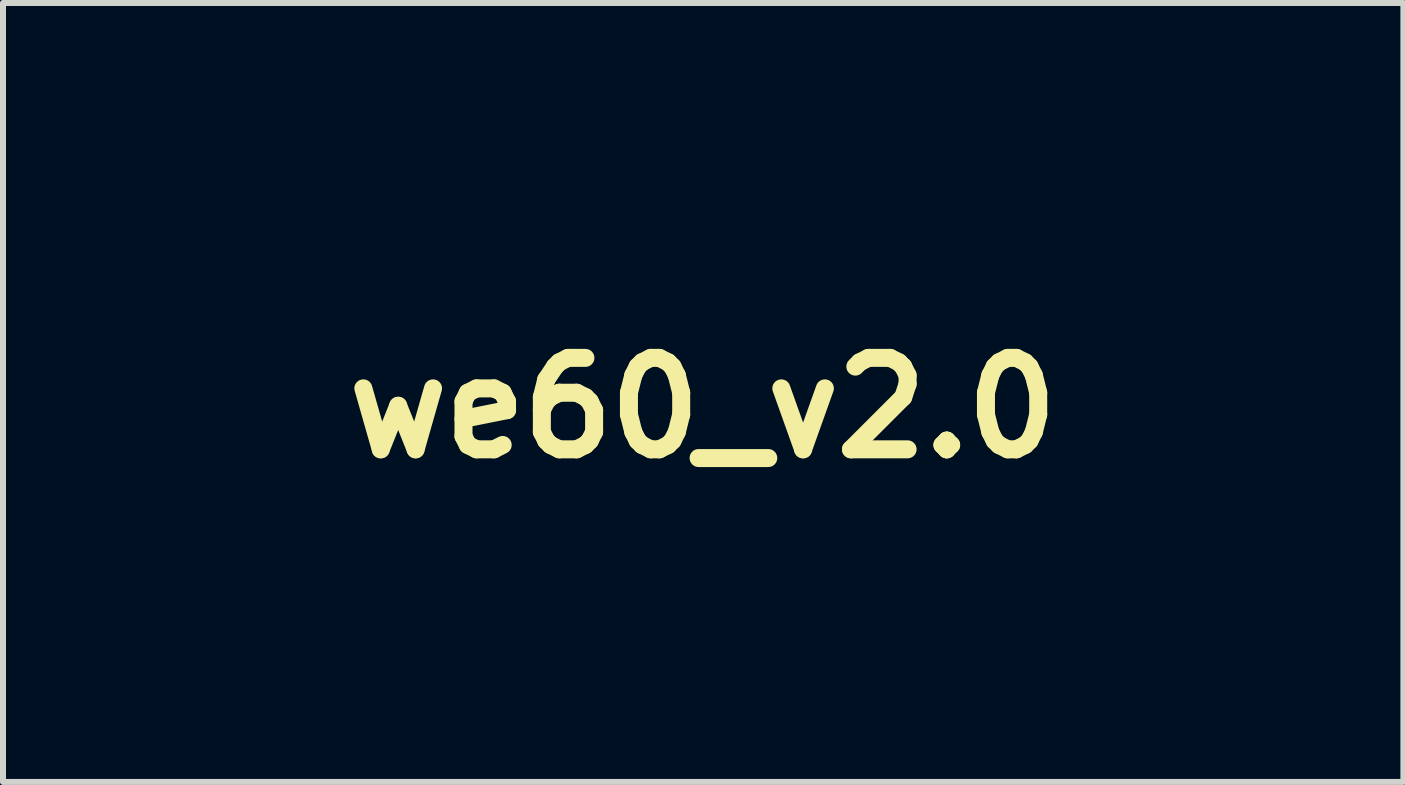
<source format=kicad_pcb>
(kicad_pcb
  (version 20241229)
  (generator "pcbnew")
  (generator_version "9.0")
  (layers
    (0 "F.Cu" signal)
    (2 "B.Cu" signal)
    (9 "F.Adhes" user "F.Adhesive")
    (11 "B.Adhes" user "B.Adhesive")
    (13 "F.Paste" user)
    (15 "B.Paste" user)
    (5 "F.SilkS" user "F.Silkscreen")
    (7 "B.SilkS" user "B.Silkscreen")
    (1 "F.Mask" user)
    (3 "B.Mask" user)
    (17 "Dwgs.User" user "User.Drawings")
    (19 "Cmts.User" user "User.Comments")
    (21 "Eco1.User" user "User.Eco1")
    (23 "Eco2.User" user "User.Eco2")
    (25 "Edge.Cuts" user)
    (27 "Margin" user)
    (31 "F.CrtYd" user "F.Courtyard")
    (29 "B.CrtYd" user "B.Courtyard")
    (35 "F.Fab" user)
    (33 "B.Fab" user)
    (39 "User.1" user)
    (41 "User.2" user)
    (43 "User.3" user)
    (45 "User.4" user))
  (footprint "we60_v2.0"
    (layer "F.Cu")
    (at 8.667 3.75)
    (property "Reference" "we60_v2.0" (at 0 0 0) (layer "F.SilkS") (effects (font (size 1.524 1.524) (thickness 0.3))))
    (attr through_hole)
    (fp_poly (pts (xy -6.382 1.939) (xy -6.327 1.987) (xy -6.301 2.054) (xy -6.306 2.125) (xy -6.349 2.19) (xy -6.359 2.199) (xy -6.433 2.24) (xy -6.5 2.238) (xy -6.568 2.19) (xy -6.568 2.19) (xy -6.615 2.123) (xy -6.618 2.056) (xy -6.577 1.981) (xy -6.577 1.981) (xy -6.512 1.93) (xy -6.459 1.92) (xy -6.382 1.939)) (stroke (width 0.01) (type solid)) (fill yes) (layer "F.Mask"))
    (fp_poly (pts (xy 2.145 -1.663) (xy 2.18 -1.654) (xy 2.328 -1.589) (xy 2.448 -1.493) (xy 2.538 -1.372) (xy 2.597 -1.234) (xy 2.622 -1.087) (xy 2.613 -0.936) (xy 2.568 -0.789) (xy 2.485 -0.654) (xy 2.412 -0.577) (xy 2.308 -0.496) (xy 2.206 -0.447) (xy 2.087 -0.425) (xy 1.995 -0.421) (xy 1.884 -0.427) (xy 1.795 -0.447) (xy 1.714 -0.482) (xy 1.572 -0.577) (xy 1.466 -0.7) (xy 1.398 -0.848) (xy 1.372 -1.016) (xy 1.372 -1.03) (xy 1.382 -1.183) (xy 1.419 -1.308) (xy 1.488 -1.42) (xy 1.53 -1.469) (xy 1.664 -1.584) (xy 1.813 -1.656) (xy 1.974 -1.682) (xy 2.145 -1.663)) (stroke (width 0.01) (type solid)) (fill yes) (layer "F.Mask"))
    (fp_poly (pts (xy 3.465 1.129) (xy 3.576 1.146) (xy 3.658 1.178) (xy 3.717 1.23) (xy 3.764 1.305) (xy 3.771 1.32) (xy 3.808 1.44) (xy 3.803 1.55) (xy 3.755 1.653) (xy 3.662 1.753) (xy 3.564 1.826) (xy 3.406 1.931) (xy 3.816 1.945) (xy 3.816 2.224) (xy 3.517 2.222) (xy 3.4 2.22) (xy 3.295 2.216) (xy 3.216 2.209) (xy 3.171 2.202) (xy 3.169 2.201) (xy 3.099 2.151) (xy 3.045 2.073) (xy 3.02 1.988) (xy 3.02 1.976) (xy 3.028 1.919) (xy 3.056 1.864) (xy 3.109 1.804) (xy 3.192 1.734) (xy 3.301 1.655) (xy 3.407 1.572) (xy 3.468 1.505) (xy 3.486 1.453) (xy 3.459 1.415) (xy 3.388 1.391) (xy 3.272 1.382) (xy 3.238 1.381) (xy 3.067 1.381) (xy 3.067 1.124) (xy 3.316 1.124) (xy 3.465 1.129)) (stroke (width 0.01) (type solid)) (fill yes) (layer "F.Mask"))
    (fp_poly (pts (xy -7.093 1.129) (xy -6.982 1.146) (xy -6.9 1.178) (xy -6.84 1.23) (xy -6.794 1.305) (xy -6.787 1.32) (xy -6.75 1.44) (xy -6.755 1.55) (xy -6.803 1.653) (xy -6.896 1.753) (xy -6.994 1.826) (xy -7.152 1.931) (xy -6.947 1.938) (xy -6.742 1.945) (xy -6.742 2.224) (xy -7.041 2.222) (xy -7.158 2.22) (xy -7.263 2.216) (xy -7.342 2.209) (xy -7.387 2.202) (xy -7.389 2.201) (xy -7.459 2.151) (xy -7.513 2.073) (xy -7.538 1.988) (xy -7.538 1.976) (xy -7.53 1.919) (xy -7.502 1.864) (xy -7.449 1.804) (xy -7.366 1.734) (xy -7.257 1.655) (xy -7.151 1.572) (xy -7.09 1.505) (xy -7.072 1.453) (xy -7.099 1.415) (xy -7.17 1.391) (xy -7.286 1.382) (xy -7.32 1.381) (xy -7.491 1.381) (xy -7.491 1.124) (xy -7.242 1.124) (xy -7.093 1.129)) (stroke (width 0.01) (type solid)) (fill yes) (layer "F.Mask"))
    (fp_poly (pts (xy 1.475 1.129) (xy 1.586 1.146) (xy 1.668 1.178) (xy 1.728 1.23) (xy 1.774 1.305) (xy 1.781 1.32) (xy 1.818 1.44) (xy 1.813 1.55) (xy 1.765 1.653) (xy 1.672 1.753) (xy 1.574 1.826) (xy 1.416 1.931) (xy 1.621 1.938) (xy 1.826 1.945) (xy 1.826 2.224) (xy 1.528 2.222) (xy 1.41 2.22) (xy 1.306 2.216) (xy 1.226 2.209) (xy 1.181 2.202) (xy 1.18 2.201) (xy 1.109 2.151) (xy 1.055 2.073) (xy 1.03 1.988) (xy 1.03 1.976) (xy 1.038 1.919) (xy 1.066 1.864) (xy 1.119 1.804) (xy 1.202 1.734) (xy 1.311 1.655) (xy 1.417 1.572) (xy 1.479 1.505) (xy 1.496 1.453) (xy 1.469 1.415) (xy 1.398 1.391) (xy 1.282 1.382) (xy 1.248 1.381) (xy 1.077 1.381) (xy 1.077 1.124) (xy 1.326 1.124) (xy 1.475 1.129)) (stroke (width 0.01) (type solid)) (fill yes) (layer "F.Mask"))
    (fp_poly (pts (xy 7.389 1.407) (xy 7.434 1.425) (xy 7.549 1.5) (xy 7.631 1.6) (xy 7.679 1.716) (xy 7.69 1.839) (xy 7.664 1.962) (xy 7.6 2.075) (xy 7.538 2.138) (xy 7.417 2.211) (xy 7.28 2.242) (xy 7.136 2.228) (xy 7.082 2.212) (xy 6.976 2.155) (xy 6.886 2.069) (xy 6.823 1.967) (xy 6.8 1.892) (xy 6.8 1.817) (xy 7.093 1.817) (xy 7.113 1.888) (xy 7.165 1.939) (xy 7.233 1.963) (xy 7.305 1.954) (xy 7.334 1.937) (xy 7.377 1.879) (xy 7.389 1.804) (xy 7.37 1.73) (xy 7.357 1.711) (xy 7.297 1.667) (xy 7.228 1.66) (xy 7.163 1.685) (xy 7.114 1.737) (xy 7.093 1.812) (xy 7.093 1.817) (xy 6.8 1.817) (xy 6.8 1.752) (xy 6.839 1.627) (xy 6.91 1.523) (xy 7.008 1.445) (xy 7.124 1.396) (xy 7.254 1.382) (xy 7.389 1.407)) (stroke (width 0.01) (type solid)) (fill yes) (layer "F.Mask"))
    (fp_poly (pts (xy -7.714 1.405) (xy -7.656 1.408) (xy -7.632 1.411) (xy -7.632 1.411) (xy -7.639 1.439) (xy -7.659 1.501) (xy -7.688 1.589) (xy -7.724 1.694) (xy -7.762 1.805) (xy -7.8 1.915) (xy -7.835 2.013) (xy -7.863 2.09) (xy -7.882 2.138) (xy -7.886 2.147) (xy -7.931 2.192) (xy -8.003 2.227) (xy -8.085 2.246) (xy -8.109 2.246) (xy -8.166 2.235) (xy -8.22 2.212) (xy -8.271 2.174) (xy -8.299 2.137) (xy -8.311 2.102) (xy -8.335 2.035) (xy -8.366 1.944) (xy -8.402 1.839) (xy -8.44 1.729) (xy -8.476 1.622) (xy -8.507 1.529) (xy -8.53 1.457) (xy -8.543 1.417) (xy -8.545 1.411) (xy -8.523 1.408) (xy -8.467 1.406) (xy -8.388 1.405) (xy -8.382 1.405) (xy -8.294 1.407) (xy -8.242 1.414) (xy -8.216 1.43) (xy -8.209 1.446) (xy -8.199 1.485) (xy -8.182 1.558) (xy -8.16 1.653) (xy -8.146 1.716) (xy -8.124 1.811) (xy -8.104 1.885) (xy -8.09 1.928) (xy -8.084 1.935) (xy -8.074 1.909) (xy -8.058 1.847) (xy -8.038 1.762) (xy -8.028 1.717) (xy -8.007 1.618) (xy -7.988 1.531) (xy -7.974 1.471) (xy -7.971 1.457) (xy -7.961 1.43) (xy -7.938 1.414) (xy -7.893 1.407) (xy -7.813 1.405) (xy -7.795 1.405) (xy -7.714 1.405)) (stroke (width 0.01) (type solid)) (fill yes) (layer "F.Mask"))
    (fp_poly (pts (xy 8.556 1.405) (xy 8.614 1.408) (xy 8.638 1.411) (xy 8.638 1.411) (xy 8.631 1.439) (xy 8.611 1.501) (xy 8.582 1.589) (xy 8.546 1.694) (xy 8.508 1.805) (xy 8.47 1.915) (xy 8.435 2.013) (xy 8.407 2.09) (xy 8.388 2.138) (xy 8.384 2.147) (xy 8.339 2.192) (xy 8.267 2.227) (xy 8.185 2.246) (xy 8.161 2.246) (xy 8.104 2.235) (xy 8.05 2.212) (xy 7.999 2.174) (xy 7.971 2.137) (xy 7.959 2.102) (xy 7.935 2.035) (xy 7.904 1.944) (xy 7.868 1.839) (xy 7.83 1.729) (xy 7.794 1.622) (xy 7.763 1.529) (xy 7.74 1.457) (xy 7.727 1.417) (xy 7.725 1.411) (xy 7.747 1.408) (xy 7.803 1.406) (xy 7.882 1.405) (xy 7.888 1.405) (xy 7.976 1.407) (xy 8.028 1.414) (xy 8.054 1.43) (xy 8.061 1.446) (xy 8.071 1.485) (xy 8.088 1.558) (xy 8.11 1.653) (xy 8.124 1.716) (xy 8.146 1.811) (xy 8.166 1.885) (xy 8.18 1.928) (xy 8.186 1.935) (xy 8.196 1.909) (xy 8.212 1.847) (xy 8.232 1.762) (xy 8.242 1.717) (xy 8.263 1.618) (xy 8.282 1.531) (xy 8.296 1.471) (xy 8.299 1.457) (xy 8.31 1.43) (xy 8.332 1.414) (xy 8.378 1.407) (xy 8.457 1.405) (xy 8.475 1.405) (xy 8.556 1.405)) (stroke (width 0.01) (type solid)) (fill yes) (layer "F.Mask"))
    (fp_poly (pts (xy -5.571 1.116) (xy -5.447 1.164) (xy -5.351 1.247) (xy -5.334 1.269) (xy -5.312 1.304) (xy -5.296 1.34) (xy -5.287 1.386) (xy -5.282 1.454) (xy -5.279 1.55) (xy -5.279 1.664) (xy -5.279 1.792) (xy -5.281 1.883) (xy -5.287 1.945) (xy -5.297 1.989) (xy -5.313 2.023) (xy -5.337 2.058) (xy -5.342 2.064) (xy -5.405 2.129) (xy -5.479 2.182) (xy -5.494 2.19) (xy -5.594 2.222) (xy -5.71 2.239) (xy -5.822 2.237) (xy -5.883 2.225) (xy -5.984 2.175) (xy -6.075 2.098) (xy -6.14 2.01) (xy -6.142 2.005) (xy -6.165 1.927) (xy -6.179 1.817) (xy -6.184 1.689) (xy -6.183 1.666) (xy -5.876 1.666) (xy -5.874 1.762) (xy -5.868 1.825) (xy -5.853 1.866) (xy -5.827 1.9) (xy -5.818 1.909) (xy -5.769 1.948) (xy -5.726 1.966) (xy -5.724 1.966) (xy -5.683 1.951) (xy -5.633 1.913) (xy -5.629 1.909) (xy -5.6 1.875) (xy -5.582 1.836) (xy -5.574 1.78) (xy -5.572 1.693) (xy -5.572 1.666) (xy -5.578 1.538) (xy -5.6 1.45) (xy -5.64 1.398) (xy -5.7 1.377) (xy -5.724 1.375) (xy -5.791 1.388) (xy -5.837 1.43) (xy -5.864 1.506) (xy -5.875 1.62) (xy -5.876 1.666) (xy -6.183 1.666) (xy -6.18 1.558) (xy -6.167 1.439) (xy -6.147 1.344) (xy -6.133 1.311) (xy -6.056 1.209) (xy -5.947 1.14) (xy -5.807 1.105) (xy -5.727 1.1) (xy -5.571 1.116)) (stroke (width 0.01) (type solid)) (fill yes) (layer "F.Mask"))
    (fp_poly (pts (xy 2.576 1.116) (xy 2.7 1.164) (xy 2.796 1.247) (xy 2.813 1.269) (xy 2.835 1.304) (xy 2.85 1.34) (xy 2.86 1.386) (xy 2.865 1.454) (xy 2.867 1.55) (xy 2.868 1.664) (xy 2.867 1.792) (xy 2.865 1.883) (xy 2.86 1.945) (xy 2.85 1.989) (xy 2.834 2.023) (xy 2.81 2.058) (xy 2.805 2.064) (xy 2.742 2.129) (xy 2.667 2.182) (xy 2.653 2.19) (xy 2.553 2.222) (xy 2.437 2.239) (xy 2.325 2.237) (xy 2.263 2.225) (xy 2.163 2.175) (xy 2.071 2.098) (xy 2.007 2.01) (xy 2.005 2.005) (xy 1.982 1.927) (xy 1.968 1.817) (xy 1.963 1.689) (xy 1.964 1.666) (xy 2.271 1.666) (xy 2.272 1.762) (xy 2.279 1.825) (xy 2.294 1.866) (xy 2.32 1.9) (xy 2.328 1.909) (xy 2.378 1.948) (xy 2.42 1.966) (xy 2.423 1.966) (xy 2.464 1.951) (xy 2.514 1.913) (xy 2.518 1.909) (xy 2.547 1.875) (xy 2.564 1.836) (xy 2.573 1.78) (xy 2.575 1.693) (xy 2.575 1.666) (xy 2.568 1.538) (xy 2.546 1.45) (xy 2.507 1.398) (xy 2.447 1.377) (xy 2.423 1.375) (xy 2.356 1.388) (xy 2.31 1.43) (xy 2.283 1.506) (xy 2.271 1.62) (xy 2.271 1.666) (xy 1.964 1.666) (xy 1.967 1.558) (xy 1.979 1.439) (xy 2 1.344) (xy 2.013 1.311) (xy 2.09 1.209) (xy 2.2 1.14) (xy 2.339 1.105) (xy 2.42 1.1) (xy 2.576 1.116)) (stroke (width 0.01) (type solid)) (fill yes) (layer "F.Mask"))
    (fp_poly (pts (xy 4.566 1.116) (xy 4.69 1.164) (xy 4.785 1.247) (xy 4.803 1.269) (xy 4.825 1.304) (xy 4.84 1.34) (xy 4.85 1.386) (xy 4.855 1.454) (xy 4.857 1.55) (xy 4.858 1.664) (xy 4.857 1.792) (xy 4.855 1.883) (xy 4.85 1.945) (xy 4.84 1.989) (xy 4.824 2.023) (xy 4.8 2.058) (xy 4.795 2.064) (xy 4.732 2.129) (xy 4.657 2.182) (xy 4.642 2.19) (xy 4.543 2.222) (xy 4.426 2.239) (xy 4.315 2.237) (xy 4.253 2.225) (xy 4.153 2.175) (xy 4.061 2.098) (xy 3.997 2.01) (xy 3.995 2.005) (xy 3.972 1.927) (xy 3.958 1.817) (xy 3.953 1.689) (xy 3.954 1.666) (xy 4.261 1.666) (xy 4.262 1.762) (xy 4.269 1.825) (xy 4.284 1.866) (xy 4.31 1.9) (xy 4.318 1.909) (xy 4.367 1.948) (xy 4.41 1.966) (xy 4.413 1.966) (xy 4.454 1.951) (xy 4.503 1.913) (xy 4.508 1.909) (xy 4.537 1.875) (xy 4.554 1.836) (xy 4.562 1.78) (xy 4.565 1.693) (xy 4.565 1.666) (xy 4.558 1.538) (xy 4.536 1.45) (xy 4.497 1.398) (xy 4.437 1.377) (xy 4.413 1.375) (xy 4.346 1.388) (xy 4.3 1.43) (xy 4.273 1.506) (xy 4.261 1.62) (xy 4.261 1.666) (xy 3.954 1.666) (xy 3.957 1.558) (xy 3.969 1.439) (xy 3.99 1.344) (xy 4.003 1.311) (xy 4.08 1.209) (xy 4.19 1.14) (xy 4.329 1.105) (xy 4.41 1.1) (xy 4.566 1.116)) (stroke (width 0.01) (type solid)) (fill yes) (layer "F.Mask"))
    (fp_poly (pts (xy 5.942 1.112) (xy 6.043 1.153) (xy 6.129 1.227) (xy 6.142 1.242) (xy 6.168 1.275) (xy 6.186 1.308) (xy 6.196 1.351) (xy 6.202 1.413) (xy 6.204 1.505) (xy 6.204 1.6) (xy 6.206 1.737) (xy 6.211 1.834) (xy 6.222 1.896) (xy 6.24 1.93) (xy 6.266 1.941) (xy 6.288 1.939) (xy 6.304 1.933) (xy 6.316 1.917) (xy 6.325 1.885) (xy 6.33 1.83) (xy 6.334 1.745) (xy 6.337 1.625) (xy 6.339 1.527) (xy 6.345 1.124) (xy 6.672 1.124) (xy 6.672 1.553) (xy 6.672 1.706) (xy 6.67 1.82) (xy 6.667 1.901) (xy 6.661 1.959) (xy 6.651 2) (xy 6.637 2.032) (xy 6.619 2.062) (xy 6.552 2.133) (xy 6.461 2.194) (xy 6.362 2.235) (xy 6.287 2.246) (xy 6.216 2.237) (xy 6.136 2.217) (xy 6.127 2.214) (xy 6.042 2.177) (xy 5.981 2.132) (xy 5.939 2.071) (xy 5.915 1.986) (xy 5.902 1.869) (xy 5.899 1.726) (xy 5.896 1.581) (xy 5.886 1.478) (xy 5.867 1.414) (xy 5.838 1.386) (xy 5.799 1.388) (xy 5.797 1.388) (xy 5.783 1.399) (xy 5.773 1.422) (xy 5.766 1.464) (xy 5.762 1.531) (xy 5.76 1.631) (xy 5.759 1.77) (xy 5.759 1.814) (xy 5.759 2.224) (xy 5.431 2.224) (xy 5.431 1.785) (xy 5.432 1.629) (xy 5.433 1.512) (xy 5.437 1.427) (xy 5.443 1.367) (xy 5.453 1.324) (xy 5.466 1.29) (xy 5.478 1.27) (xy 5.557 1.177) (xy 5.662 1.121) (xy 5.796 1.101) (xy 5.813 1.1) (xy 5.942 1.112)) (stroke (width 0.01) (type solid)) (fill yes) (layer "F.Mask"))
    (fp_poly (pts (xy 4.7 -3.698) (xy 4.833 -3.697) (xy 4.928 -3.694) (xy 4.992 -3.69) (xy 5.031 -3.684) (xy 5.047 -3.676) (xy 5.049 -3.665) (xy 5.032 -3.637) (xy 4.994 -3.576) (xy 4.937 -3.487) (xy 4.865 -3.378) (xy 4.783 -3.253) (xy 4.73 -3.174) (xy 4.644 -3.044) (xy 4.567 -2.927) (xy 4.503 -2.827) (xy 4.456 -2.752) (xy 4.429 -2.707) (xy 4.425 -2.696) (xy 4.446 -2.683) (xy 4.501 -2.67) (xy 4.57 -2.66) (xy 4.761 -2.618) (xy 4.945 -2.536) (xy 5.113 -2.42) (xy 5.254 -2.277) (xy 5.301 -2.213) (xy 5.406 -2.015) (xy 5.469 -1.808) (xy 5.492 -1.596) (xy 5.475 -1.386) (xy 5.421 -1.184) (xy 5.329 -0.995) (xy 5.203 -0.826) (xy 5.042 -0.682) (xy 4.936 -0.613) (xy 4.763 -0.536) (xy 4.56 -0.482) (xy 4.34 -0.451) (xy 4.113 -0.445) (xy 3.893 -0.467) (xy 3.822 -0.48) (xy 3.633 -0.541) (xy 3.451 -0.635) (xy 3.286 -0.755) (xy 3.148 -0.895) (xy 3.06 -1.025) (xy 2.976 -1.228) (xy 2.933 -1.449) (xy 2.932 -1.565) (xy 3.847 -1.565) (xy 3.861 -1.493) (xy 3.916 -1.383) (xy 4.004 -1.307) (xy 4.105 -1.268) (xy 4.249 -1.258) (xy 4.383 -1.292) (xy 4.408 -1.304) (xy 4.486 -1.367) (xy 4.537 -1.457) (xy 4.562 -1.562) (xy 4.56 -1.672) (xy 4.531 -1.774) (xy 4.475 -1.858) (xy 4.42 -1.898) (xy 4.295 -1.944) (xy 4.174 -1.951) (xy 4.062 -1.924) (xy 3.967 -1.866) (xy 3.895 -1.785) (xy 3.853 -1.682) (xy 3.847 -1.565) (xy 2.932 -1.565) (xy 2.93 -1.683) (xy 2.969 -1.926) (xy 3.048 -2.174) (xy 3.114 -2.321) (xy 3.152 -2.391) (xy 3.212 -2.494) (xy 3.29 -2.621) (xy 3.381 -2.766) (xy 3.48 -2.921) (xy 3.584 -3.081) (xy 3.601 -3.107) (xy 3.991 -3.698) (xy 4.527 -3.698) (xy 4.7 -3.698)) (stroke (width 0.01) (type solid)) (fill yes) (layer "F.Mask"))
    (fp_poly (pts (xy -0.41 -3.709) (xy -0.305 -3.706) (xy -0.224 -3.699) (xy -0.155 -3.687) (xy -0.088 -3.669) (xy -0.012 -3.644) (xy 0.194 -3.558) (xy 0.369 -3.454) (xy 0.528 -3.321) (xy 0.588 -3.26) (xy 0.744 -3.062) (xy 0.86 -2.843) (xy 0.924 -2.644) (xy 0.939 -2.549) (xy 0.951 -2.421) (xy 0.958 -2.274) (xy 0.96 -2.121) (xy 0.957 -1.976) (xy 0.949 -1.853) (xy 0.945 -1.818) (xy 0.93 -1.709) (xy -0.038 -1.709) (xy -0.285 -1.709) (xy -0.489 -1.709) (xy -0.653 -1.708) (xy -0.781 -1.705) (xy -0.876 -1.7) (xy -0.942 -1.692) (xy -0.983 -1.681) (xy -1.003 -1.667) (xy -1.004 -1.647) (xy -0.99 -1.623) (xy -0.965 -1.593) (xy -0.934 -1.558) (xy -0.894 -1.516) (xy -0.851 -1.483) (xy -0.798 -1.457) (xy -0.732 -1.438) (xy -0.645 -1.423) (xy -0.534 -1.414) (xy -0.393 -1.408) (xy -0.215 -1.405) (xy 0.003 -1.405) (xy 0.016 -1.405) (xy 0.655 -1.405) (xy 0.655 -0.492) (xy 0.006 -0.494) (xy -0.172 -0.496) (xy -0.342 -0.499) (xy -0.496 -0.502) (xy -0.627 -0.507) (xy -0.726 -0.512) (xy -0.784 -0.518) (xy -1.049 -0.575) (xy -1.298 -0.665) (xy -1.527 -0.786) (xy -1.73 -0.934) (xy -1.901 -1.104) (xy -2.034 -1.294) (xy -2.068 -1.358) (xy -2.155 -1.585) (xy -2.207 -1.834) (xy -2.223 -2.094) (xy -2.204 -2.356) (xy -2.202 -2.364) (xy -1.075 -2.364) (xy -0.111 -2.364) (xy -0.125 -2.45) (xy -0.164 -2.566) (xy -0.236 -2.67) (xy -0.329 -2.748) (xy -0.359 -2.764) (xy -0.491 -2.802) (xy -0.633 -2.807) (xy -0.768 -2.778) (xy -0.82 -2.756) (xy -0.918 -2.69) (xy -0.986 -2.607) (xy -1.035 -2.494) (xy -1.041 -2.475) (xy -1.075 -2.364) (xy -2.202 -2.364) (xy -2.149 -2.61) (xy -2.06 -2.848) (xy -2.056 -2.856) (xy -1.951 -3.032) (xy -1.813 -3.203) (xy -1.652 -3.356) (xy -1.482 -3.479) (xy -1.416 -3.516) (xy -1.262 -3.591) (xy -1.122 -3.644) (xy -0.983 -3.68) (xy -0.832 -3.7) (xy -0.655 -3.709) (xy -0.55 -3.71) (xy -0.41 -3.709)) (stroke (width 0.01) (type solid)) (fill yes) (layer "F.Mask"))
    (fp_poly (pts (xy 0.849 2.762) (xy 1.641 2.762) (xy 2.388 2.762) (xy 3.09 2.763) (xy 3.747 2.763) (xy 4.359 2.764) (xy 4.929 2.764) (xy 5.455 2.765) (xy 5.94 2.766) (xy 6.382 2.767) (xy 6.783 2.768) (xy 7.144 2.77) (xy 7.464 2.771) (xy 7.745 2.772) (xy 7.986 2.774) (xy 8.19 2.776) (xy 8.355 2.778) (xy 8.483 2.78) (xy 8.574 2.782) (xy 8.629 2.784) (xy 8.648 2.787) (xy 8.664 2.827) (xy 8.67 2.898) (xy 8.668 2.985) (xy 8.66 3.074) (xy 8.646 3.149) (xy 8.627 3.196) (xy 8.621 3.201) (xy 8.571 3.228) (xy 8.521 3.219) (xy 8.48 3.194) (xy 8.438 3.143) (xy 8.428 3.077) (xy 8.428 2.996) (xy -0.065 2.996) (xy -0.819 2.996) (xy -1.528 2.996) (xy -2.193 2.996) (xy -2.815 2.996) (xy -3.396 2.996) (xy -3.937 2.996) (xy -4.439 2.996) (xy -4.905 2.995) (xy -5.335 2.995) (xy -5.731 2.994) (xy -6.093 2.994) (xy -6.425 2.993) (xy -6.726 2.992) (xy -6.999 2.991) (xy -7.245 2.99) (xy -7.464 2.989) (xy -7.66 2.988) (xy -7.832 2.987) (xy -7.983 2.985) (xy -8.113 2.984) (xy -8.225 2.982) (xy -8.319 2.98) (xy -8.397 2.978) (xy -8.46 2.976) (xy -8.51 2.973) (xy -8.549 2.971) (xy -8.576 2.968) (xy -8.595 2.965) (xy -8.606 2.962) (xy -8.61 2.96) (xy -8.655 2.906) (xy -8.655 2.843) (xy -8.632 2.802) (xy -8.628 2.799) (xy -8.619 2.795) (xy -8.603 2.792) (xy -8.581 2.789) (xy -8.549 2.787) (xy -8.507 2.784) (xy -8.453 2.782) (xy -8.386 2.78) (xy -8.305 2.778) (xy -8.208 2.776) (xy -8.093 2.774) (xy -7.96 2.773) (xy -7.807 2.771) (xy -7.632 2.77) (xy -7.434 2.769) (xy -7.212 2.768) (xy -6.964 2.767) (xy -6.688 2.766) (xy -6.385 2.765) (xy -6.051 2.765) (xy -5.686 2.764) (xy -5.289 2.764) (xy -4.857 2.763) (xy -4.389 2.763) (xy -3.885 2.763) (xy -3.342 2.763) (xy -2.759 2.762) (xy -2.136 2.762) (xy -1.469 2.762) (xy -0.759 2.762) (xy -0.003 2.762) (xy 0.01 2.762) (xy 0.849 2.762)) (stroke (width 0.01) (type solid)) (fill yes) (layer "F.Mask"))
    (fp_poly (pts (xy 0.009 -0.117) (xy 0.756 -0.117) (xy 1.457 -0.117) (xy 2.114 -0.117) (xy 2.729 -0.117) (xy 3.303 -0.117) (xy 3.837 -0.116) (xy 4.333 -0.116) (xy 4.792 -0.116) (xy 5.215 -0.116) (xy 5.605 -0.115) (xy 5.963 -0.115) (xy 6.289 -0.114) (xy 6.586 -0.114) (xy 6.854 -0.113) (xy 7.096 -0.112) (xy 7.312 -0.111) (xy 7.505 -0.11) (xy 7.675 -0.108) (xy 7.824 -0.107) (xy 7.954 -0.106) (xy 8.065 -0.104) (xy 8.16 -0.102) (xy 8.24 -0.1) (xy 8.306 -0.098) (xy 8.359 -0.095) (xy 8.401 -0.093) (xy 8.434 -0.09) (xy 8.459 -0.087) (xy 8.477 -0.084) (xy 8.49 -0.08) (xy 8.499 -0.077) (xy 8.506 -0.073) (xy 8.506 -0.073) (xy 8.598 0.011) (xy 8.649 0.117) (xy 8.662 0.222) (xy 8.643 0.352) (xy 8.586 0.453) (xy 8.492 0.528) (xy 8.468 0.539) (xy 8.459 0.543) (xy 8.447 0.547) (xy 8.433 0.551) (xy 8.413 0.554) (xy 8.388 0.557) (xy 8.354 0.56) (xy 8.312 0.562) (xy 8.259 0.565) (xy 8.194 0.567) (xy 8.116 0.569) (xy 8.023 0.571) (xy 7.913 0.573) (xy 7.786 0.574) (xy 7.639 0.576) (xy 7.472 0.577) (xy 7.283 0.578) (xy 7.07 0.579) (xy 6.832 0.58) (xy 6.568 0.581) (xy 6.276 0.581) (xy 5.954 0.582) (xy 5.602 0.582) (xy 5.217 0.582) (xy 4.799 0.583) (xy 4.346 0.583) (xy 3.856 0.583) (xy 3.328 0.583) (xy 2.76 0.583) (xy 2.152 0.583) (xy 1.501 0.583) (xy 0.806 0.583) (xy 0.066 0.583) (xy 0.012 0.583) (xy -0.615 0.583) (xy -1.229 0.582) (xy -1.829 0.582) (xy -2.414 0.581) (xy -2.982 0.581) (xy -3.532 0.58) (xy -4.06 0.579) (xy -4.567 0.579) (xy -5.05 0.578) (xy -5.508 0.577) (xy -5.938 0.576) (xy -6.34 0.575) (xy -6.712 0.573) (xy -7.051 0.572) (xy -7.357 0.571) (xy -7.627 0.57) (xy -7.86 0.568) (xy -8.055 0.567) (xy -8.209 0.565) (xy -8.322 0.564) (xy -8.39 0.562) (xy -8.413 0.561) (xy -8.511 0.509) (xy -8.591 0.424) (xy -8.644 0.319) (xy -8.662 0.217) (xy -8.642 0.123) (xy -8.59 0.028) (xy -8.516 -0.051) (xy -8.498 -0.064) (xy -8.421 -0.117) (xy 0.009 -0.117)) (stroke (width 0.01) (type solid)) (fill yes) (layer "F.Mask"))
    (fp_poly (pts (xy 7.331 -3.741) (xy 7.473 -3.728) (xy 7.574 -3.71) (xy 7.796 -3.632) (xy 7.995 -3.519) (xy 8.165 -3.376) (xy 8.302 -3.206) (xy 8.368 -3.087) (xy 8.407 -2.998) (xy 8.438 -2.91) (xy 8.461 -2.815) (xy 8.478 -2.707) (xy 8.488 -2.58) (xy 8.494 -2.427) (xy 8.495 -2.241) (xy 8.493 -2.016) (xy 8.492 -1.981) (xy 8.489 -1.796) (xy 8.485 -1.65) (xy 8.48 -1.538) (xy 8.474 -1.453) (xy 8.466 -1.386) (xy 8.456 -1.333) (xy 8.442 -1.285) (xy 8.431 -1.254) (xy 8.329 -1.042) (xy 8.19 -0.855) (xy 8.016 -0.699) (xy 7.813 -0.577) (xy 7.811 -0.576) (xy 7.565 -0.485) (xy 7.305 -0.439) (xy 7.03 -0.437) (xy 6.944 -0.446) (xy 6.703 -0.495) (xy 6.484 -0.581) (xy 6.29 -0.7) (xy 6.125 -0.85) (xy 5.993 -1.026) (xy 5.898 -1.225) (xy 5.855 -1.376) (xy 5.847 -1.441) (xy 5.84 -1.544) (xy 5.835 -1.677) (xy 5.832 -1.831) (xy 5.831 -1.941) (xy 6.744 -1.941) (xy 6.747 -1.772) (xy 6.753 -1.648) (xy 6.763 -1.57) (xy 6.766 -1.557) (xy 6.821 -1.443) (xy 6.908 -1.347) (xy 6.988 -1.296) (xy 7.073 -1.274) (xy 7.178 -1.27) (xy 7.283 -1.283) (xy 7.369 -1.312) (xy 7.392 -1.326) (xy 7.45 -1.379) (xy 7.504 -1.445) (xy 7.509 -1.451) (xy 7.525 -1.477) (xy 7.538 -1.505) (xy 7.547 -1.54) (xy 7.554 -1.589) (xy 7.558 -1.659) (xy 7.56 -1.755) (xy 7.561 -1.884) (xy 7.561 -2.052) (xy 7.561 -2.091) (xy 7.561 -2.267) (xy 7.561 -2.404) (xy 7.559 -2.506) (xy 7.555 -2.581) (xy 7.549 -2.636) (xy 7.54 -2.676) (xy 7.528 -2.708) (xy 7.511 -2.739) (xy 7.504 -2.751) (xy 7.424 -2.845) (xy 7.321 -2.906) (xy 7.204 -2.934) (xy 7.083 -2.928) (xy 6.967 -2.889) (xy 6.867 -2.816) (xy 6.816 -2.755) (xy 6.796 -2.723) (xy 6.78 -2.692) (xy 6.769 -2.656) (xy 6.761 -2.608) (xy 6.755 -2.54) (xy 6.752 -2.447) (xy 6.749 -2.32) (xy 6.746 -2.156) (xy 6.744 -1.941) (xy 5.831 -1.941) (xy 5.83 -1.998) (xy 5.83 -2.171) (xy 5.831 -2.339) (xy 5.834 -2.496) (xy 5.838 -2.632) (xy 5.844 -2.74) (xy 5.852 -2.81) (xy 5.853 -2.812) (xy 5.914 -3.014) (xy 6.015 -3.201) (xy 6.153 -3.369) (xy 6.322 -3.512) (xy 6.518 -3.626) (xy 6.735 -3.705) (xy 6.753 -3.71) (xy 6.867 -3.73) (xy 7.012 -3.742) (xy 7.172 -3.745) (xy 7.331 -3.741)) (stroke (width 0.01) (type solid)) (fill yes) (layer "F.Mask"))
    (fp_poly (pts (xy -0.803 1.104) (xy -0.745 1.118) (xy -0.696 1.149) (xy -0.678 1.165) (xy -0.616 1.245) (xy -0.593 1.325) (xy -0.589 1.391) (xy -0.605 1.441) (xy -0.649 1.499) (xy -0.652 1.503) (xy -0.724 1.585) (xy -0.671 1.635) (xy -0.617 1.677) (xy -0.578 1.677) (xy -0.548 1.636) (xy -0.539 1.618) (xy -0.485 1.525) (xy -0.408 1.467) (xy -0.301 1.437) (xy -0.257 1.433) (xy -0.117 1.422) (xy -0.117 1.529) (xy -0.119 1.595) (xy -0.131 1.627) (xy -0.164 1.639) (xy -0.203 1.643) (xy -0.284 1.666) (xy -0.329 1.709) (xy -0.373 1.782) (xy -0.381 1.838) (xy -0.351 1.889) (xy -0.292 1.943) (xy -0.174 2.054) (xy -0.094 2.166) (xy -0.055 2.276) (xy -0.057 2.379) (xy -0.095 2.459) (xy -0.143 2.504) (xy -0.212 2.543) (xy -0.282 2.569) (xy -0.328 2.573) (xy -0.356 2.566) (xy -0.41 2.551) (xy -0.416 2.549) (xy -0.487 2.508) (xy -0.546 2.44) (xy -0.581 2.362) (xy -0.585 2.329) (xy -0.582 2.317) (xy -0.372 2.317) (xy -0.371 2.36) (xy -0.342 2.386) (xy -0.328 2.388) (xy -0.29 2.373) (xy -0.281 2.333) (xy -0.29 2.275) (xy -0.316 2.259) (xy -0.343 2.274) (xy -0.372 2.317) (xy -0.582 2.317) (xy -0.573 2.279) (xy -0.544 2.216) (xy -0.538 2.205) (xy -0.506 2.14) (xy -0.508 2.108) (xy -0.541 2.11) (xy -0.601 2.143) (xy -0.729 2.209) (xy -0.862 2.24) (xy -0.992 2.239) (xy -1.113 2.208) (xy -1.216 2.15) (xy -1.296 2.068) (xy -1.346 1.964) (xy -1.358 1.871) (xy -1.351 1.834) (xy -1.053 1.834) (xy -1.029 1.914) (xy -1.007 1.943) (xy -0.941 1.98) (xy -0.858 1.988) (xy -0.78 1.968) (xy -0.759 1.955) (xy -0.731 1.921) (xy -0.739 1.903) (xy -0.77 1.878) (xy -0.824 1.835) (xy -0.87 1.797) (xy -0.944 1.74) (xy -0.991 1.714) (xy -1.021 1.717) (xy -1.039 1.746) (xy -1.053 1.834) (xy -1.351 1.834) (xy -1.339 1.767) (xy -1.288 1.665) (xy -1.217 1.588) (xy -1.216 1.587) (xy -1.175 1.553) (xy -1.164 1.523) (xy -1.179 1.475) (xy -1.186 1.458) (xy -1.204 1.358) (xy -1.198 1.335) (xy -0.955 1.335) (xy -0.955 1.384) (xy -0.932 1.423) (xy -0.892 1.449) (xy -0.865 1.431) (xy -0.854 1.403) (xy -0.853 1.351) (xy -0.879 1.311) (xy -0.919 1.301) (xy -0.926 1.303) (xy -0.955 1.335) (xy -1.198 1.335) (xy -1.178 1.26) (xy -1.11 1.171) (xy -1.097 1.16) (xy -1.045 1.124) (xy -0.987 1.106) (xy -0.904 1.1) (xy -0.888 1.1) (xy -0.803 1.104)) (stroke (width 0.01) (type solid)) (fill yes) (layer "F.Mask"))
    (fp_poly (pts (xy -5.3 -3.708) (xy -5.18 -3.691) (xy -5.177 -3.69) (xy -4.946 -3.62) (xy -4.737 -3.515) (xy -4.557 -3.38) (xy -4.408 -3.217) (xy -4.295 -3.031) (xy -4.226 -2.844) (xy -4.214 -2.787) (xy -4.205 -2.714) (xy -4.199 -2.621) (xy -4.194 -2.499) (xy -4.191 -2.345) (xy -4.19 -2.151) (xy -4.19 -2.093) (xy -4.19 -1.908) (xy -4.189 -1.763) (xy -4.188 -1.653) (xy -4.184 -1.573) (xy -4.179 -1.516) (xy -4.172 -1.477) (xy -4.162 -1.45) (xy -4.148 -1.428) (xy -4.142 -1.419) (xy -4.076 -1.37) (xy -3.997 -1.357) (xy -3.92 -1.382) (xy -3.887 -1.409) (xy -3.876 -1.422) (xy -3.867 -1.438) (xy -3.859 -1.462) (xy -3.853 -1.497) (xy -3.848 -1.547) (xy -3.845 -1.617) (xy -3.843 -1.711) (xy -3.841 -1.832) (xy -3.84 -1.986) (xy -3.839 -2.176) (xy -3.839 -2.406) (xy -3.839 -2.556) (xy -3.839 -3.652) (xy -2.669 -3.652) (xy -2.669 -2.534) (xy -2.67 -2.274) (xy -2.672 -2.037) (xy -2.674 -1.827) (xy -2.677 -1.647) (xy -2.681 -1.502) (xy -2.686 -1.394) (xy -2.691 -1.328) (xy -2.694 -1.314) (xy -2.762 -1.117) (xy -2.872 -0.937) (xy -3.018 -0.776) (xy -3.195 -0.639) (xy -3.4 -0.53) (xy -3.616 -0.457) (xy -3.735 -0.436) (xy -3.884 -0.425) (xy -4.046 -0.423) (xy -4.205 -0.43) (xy -4.345 -0.447) (xy -4.398 -0.457) (xy -4.618 -0.53) (xy -4.817 -0.637) (xy -4.993 -0.773) (xy -5.139 -0.934) (xy -5.251 -1.114) (xy -5.323 -1.31) (xy -5.335 -1.368) (xy -5.343 -1.431) (xy -5.349 -1.532) (xy -5.354 -1.663) (xy -5.358 -1.815) (xy -5.361 -1.981) (xy -5.361 -2.086) (xy -5.361 -2.266) (xy -5.362 -2.405) (xy -5.363 -2.509) (xy -5.367 -2.584) (xy -5.372 -2.637) (xy -5.38 -2.673) (xy -5.391 -2.698) (xy -5.406 -2.719) (xy -5.415 -2.729) (xy -5.485 -2.781) (xy -5.536 -2.792) (xy -5.613 -2.769) (xy -5.658 -2.729) (xy -5.675 -2.708) (xy -5.687 -2.686) (xy -5.697 -2.657) (xy -5.704 -2.613) (xy -5.708 -2.55) (xy -5.711 -2.462) (xy -5.712 -2.342) (xy -5.712 -2.185) (xy -5.712 -2.076) (xy -5.714 -1.85) (xy -5.718 -1.663) (xy -5.726 -1.511) (xy -5.739 -1.386) (xy -5.757 -1.283) (xy -5.781 -1.195) (xy -5.812 -1.116) (xy -5.846 -1.049) (xy -5.959 -0.885) (xy -6.111 -0.738) (xy -6.291 -0.612) (xy -6.492 -0.514) (xy -6.672 -0.458) (xy -6.798 -0.438) (xy -6.951 -0.427) (xy -7.116 -0.425) (xy -7.275 -0.433) (xy -7.412 -0.45) (xy -7.453 -0.458) (xy -7.659 -0.528) (xy -7.853 -0.631) (xy -8.026 -0.762) (xy -8.17 -0.913) (xy -8.261 -1.052) (xy -8.292 -1.113) (xy -8.319 -1.172) (xy -8.341 -1.233) (xy -8.358 -1.3) (xy -8.372 -1.38) (xy -8.383 -1.475) (xy -8.391 -1.59) (xy -8.397 -1.73) (xy -8.4 -1.9) (xy -8.403 -2.104) (xy -8.404 -2.346) (xy -8.404 -2.581) (xy -8.404 -3.652) (xy -7.234 -3.652) (xy -7.234 -2.567) (xy -7.234 -2.313) (xy -7.233 -2.102) (xy -7.233 -1.929) (xy -7.231 -1.791) (xy -7.229 -1.683) (xy -7.227 -1.6) (xy -7.222 -1.539) (xy -7.217 -1.496) (xy -7.21 -1.465) (xy -7.202 -1.444) (xy -7.192 -1.428) (xy -7.185 -1.419) (xy -7.126 -1.37) (xy -7.058 -1.358) (xy -6.983 -1.374) (xy -6.931 -1.419) (xy -6.916 -1.44) (xy -6.905 -1.465) (xy -6.896 -1.499) (xy -6.89 -1.549) (xy -6.886 -1.619) (xy -6.884 -1.717) (xy -6.883 -1.848) (xy -6.882 -2.019) (xy -6.882 -2.081) (xy -6.881 -2.317) (xy -6.876 -2.512) (xy -6.866 -2.673) (xy -6.85 -2.806) (xy -6.826 -2.916) (xy -6.794 -3.011) (xy -6.751 -3.095) (xy -6.698 -3.177) (xy -6.636 -3.256) (xy -6.478 -3.413) (xy -6.289 -3.541) (xy -6.065 -3.643) (xy -5.993 -3.668) (xy -5.89 -3.691) (xy -5.755 -3.707) (xy -5.602 -3.715) (xy -5.446 -3.716) (xy -5.3 -3.708)) (stroke (width 0.01) (type solid)) (fill yes) (layer "F.Mask")))
  (gr_rect
    (start -3 -3)
    (end 20.342 9.983)
    (stroke (width 0.1) (type default))
    (fill no)
    (layer "Edge.Cuts")))
</source>
